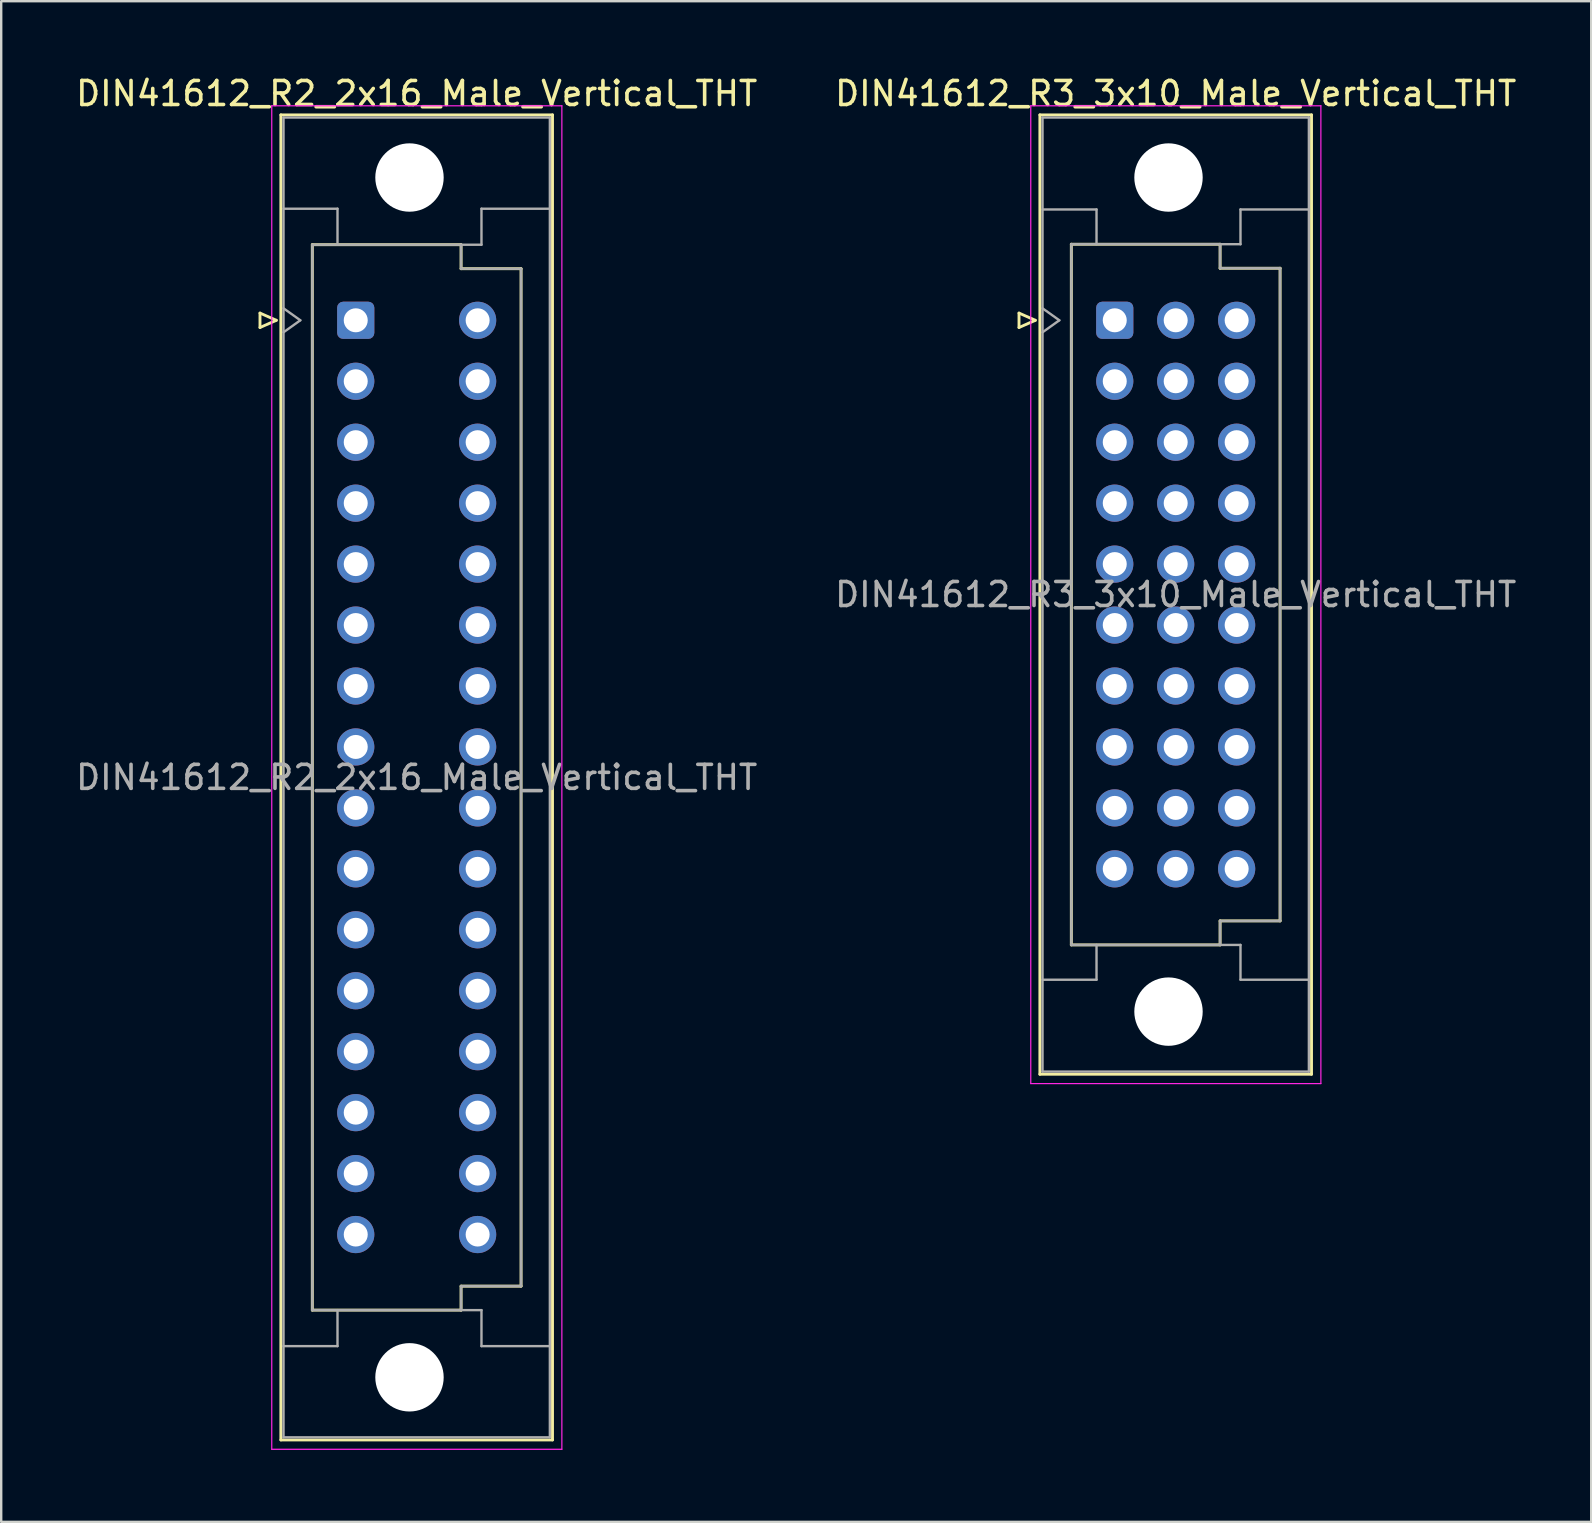
<source format=kicad_pcb>
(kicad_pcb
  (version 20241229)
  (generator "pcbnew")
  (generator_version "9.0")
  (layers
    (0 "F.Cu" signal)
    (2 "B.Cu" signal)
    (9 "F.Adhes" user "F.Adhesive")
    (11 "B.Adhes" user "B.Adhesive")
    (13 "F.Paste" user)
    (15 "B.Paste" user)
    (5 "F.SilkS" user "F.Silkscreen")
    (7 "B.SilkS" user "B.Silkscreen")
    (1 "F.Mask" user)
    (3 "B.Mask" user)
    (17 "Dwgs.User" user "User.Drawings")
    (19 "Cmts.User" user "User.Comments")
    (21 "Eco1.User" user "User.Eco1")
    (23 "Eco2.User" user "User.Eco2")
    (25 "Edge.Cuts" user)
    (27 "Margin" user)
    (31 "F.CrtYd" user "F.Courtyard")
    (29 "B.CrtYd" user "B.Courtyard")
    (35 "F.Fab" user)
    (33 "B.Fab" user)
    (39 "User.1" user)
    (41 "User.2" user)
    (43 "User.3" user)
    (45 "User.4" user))
  (footprint "DIN41612_R3_3x10_Male_Vertical_THT"
    (layer "F.Cu")
    (at 43.406 10.298)
    (property "Reference" "DIN41612_R3_3x10_Male_Vertical_THT" (at 2.54 -9.45 0) (layer "F.SilkS") (effects (font (size 1 1) (thickness 0.15))))
    (attr through_hole)
    (fp_line (start -3.99 -0.3) (end -3.99 0.3) (stroke (width 0.12) (type solid)) (layer "F.SilkS"))
    (fp_line (start -3.99 0.3) (end -3.31 0) (stroke (width 0.12) (type solid)) (layer "F.SilkS"))
    (fp_line (start -3.31 0) (end -3.99 -0.3) (stroke (width 0.12) (type solid)) (layer "F.SilkS"))
    (fp_line (start -3.12 -8.56) (end 8.2 -8.56) (stroke (width 0.12) (type solid)) (layer "F.SilkS"))
    (fp_line (start -3.12 31.42) (end -3.12 -8.56) (stroke (width 0.12) (type solid)) (layer "F.SilkS"))
    (fp_line (start -1.81 -3.17) (end 4.39 -3.17) (stroke (width 0.12) (type solid)) (layer "F.SilkS"))
    (fp_line (start -1.81 26.03) (end -1.81 -3.17) (stroke (width 0.12) (type solid)) (layer "F.SilkS"))
    (fp_line (start 4.39 -3.17) (end 4.39 -2.17) (stroke (width 0.12) (type solid)) (layer "F.SilkS"))
    (fp_line (start 4.39 -2.17) (end 6.89 -2.17) (stroke (width 0.12) (type solid)) (layer "F.SilkS"))
    (fp_line (start 4.39 25.03) (end 4.39 26.03) (stroke (width 0.12) (type solid)) (layer "F.SilkS"))
    (fp_line (start 4.39 26.03) (end -1.81 26.03) (stroke (width 0.12) (type solid)) (layer "F.SilkS"))
    (fp_line (start 6.89 -2.17) (end 6.89 25.03) (stroke (width 0.12) (type solid)) (layer "F.SilkS"))
    (fp_line (start 6.89 25.03) (end 4.39 25.03) (stroke (width 0.12) (type solid)) (layer "F.SilkS"))
    (fp_line (start 8.2 -8.56) (end 8.2 31.42) (stroke (width 0.12) (type solid)) (layer "F.SilkS"))
    (fp_line (start 8.2 31.42) (end -3.12 31.42) (stroke (width 0.12) (type solid)) (layer "F.SilkS"))
    (fp_line (start -3.5 -8.94) (end 8.59 -8.94) (stroke (width 0.05) (type solid)) (layer "F.CrtYd"))
    (fp_line (start -3.5 31.81) (end -3.5 -8.94) (stroke (width 0.05) (type solid)) (layer "F.CrtYd"))
    (fp_line (start 8.59 -8.94) (end 8.59 31.81) (stroke (width 0.05) (type solid)) (layer "F.CrtYd"))
    (fp_line (start 8.59 31.81) (end -3.5 31.81) (stroke (width 0.05) (type solid)) (layer "F.CrtYd"))
    (fp_line (start -3.01 -8.45) (end 8.09 -8.45) (stroke (width 0.1) (type solid)) (layer "F.Fab"))
    (fp_line (start -3.01 -4.62) (end -0.76 -4.62) (stroke (width 0.1) (type solid)) (layer "F.Fab"))
    (fp_line (start -3.01 -0.5) (end -2.31 0) (stroke (width 0.1) (type solid)) (layer "F.Fab"))
    (fp_line (start -3.01 27.48) (end -0.76 27.48) (stroke (width 0.1) (type solid)) (layer "F.Fab"))
    (fp_line (start -3.01 31.31) (end -3.01 -8.45) (stroke (width 0.1) (type solid)) (layer "F.Fab"))
    (fp_line (start -2.31 0) (end -3.01 0.5) (stroke (width 0.1) (type solid)) (layer "F.Fab"))
    (fp_line (start -1.81 -3.17) (end 4.39 -3.17) (stroke (width 0.1) (type solid)) (layer "F.Fab"))
    (fp_line (start -1.81 26.03) (end -1.81 -3.17) (stroke (width 0.1) (type solid)) (layer "F.Fab"))
    (fp_line (start -0.76 -4.62) (end -0.76 -3.17) (stroke (width 0.1) (type solid)) (layer "F.Fab"))
    (fp_line (start -0.76 27.48) (end -0.76 26.03) (stroke (width 0.1) (type solid)) (layer "F.Fab"))
    (fp_line (start 4.39 -3.17) (end 4.39 -2.17) (stroke (width 0.1) (type solid)) (layer "F.Fab"))
    (fp_line (start 4.39 -3.17) (end 5.24 -3.17) (stroke (width 0.1) (type solid)) (layer "F.Fab"))
    (fp_line (start 4.39 -2.17) (end 6.89 -2.17) (stroke (width 0.1) (type solid)) (layer "F.Fab"))
    (fp_line (start 4.39 25.03) (end 4.39 26.03) (stroke (width 0.1) (type solid)) (layer "F.Fab"))
    (fp_line (start 4.39 26.03) (end -1.81 26.03) (stroke (width 0.1) (type solid)) (layer "F.Fab"))
    (fp_line (start 4.39 26.03) (end 5.24 26.03) (stroke (width 0.1) (type solid)) (layer "F.Fab"))
    (fp_line (start 5.24 -4.62) (end 8.09 -4.62) (stroke (width 0.1) (type solid)) (layer "F.Fab"))
    (fp_line (start 5.24 -3.17) (end 5.24 -4.62) (stroke (width 0.1) (type solid)) (layer "F.Fab"))
    (fp_line (start 5.24 26.03) (end 5.24 27.48) (stroke (width 0.1) (type solid)) (layer "F.Fab"))
    (fp_line (start 5.24 27.48) (end 8.09 27.48) (stroke (width 0.1) (type solid)) (layer "F.Fab"))
    (fp_line (start 6.89 -2.17) (end 6.89 25.03) (stroke (width 0.1) (type solid)) (layer "F.Fab"))
    (fp_line (start 6.89 25.03) (end 4.39 25.03) (stroke (width 0.1) (type solid)) (layer "F.Fab"))
    (fp_line (start 8.09 -8.45) (end 8.09 31.31) (stroke (width 0.1) (type solid)) (layer "F.Fab"))
    (fp_line (start 8.09 31.31) (end -3.01 31.31) (stroke (width 0.1) (type solid)) (layer "F.Fab"))
    (fp_text user "${REFERENCE}" (at 2.54 11.43 0) (layer "F.Fab") (effects (font (size 1 1) (thickness 0.15))))
    (pad "" np_thru_hole circle (at 2.24 -5.95) (size 2.85 2.85) (drill 2.85) (layers "*.Cu" "*.Mask"))
    (pad "" np_thru_hole circle (at 2.24 28.81) (size 2.85 2.85) (drill 2.85) (layers "*.Cu" "*.Mask"))
    (pad "a1" thru_hole roundrect (at 0 0) (size 1.55 1.55) (drill 1) (layers "*.Cu" "*.Mask") (roundrect_rratio 0.161))
    (pad "a2" thru_hole circle (at 0 2.54) (size 1.55 1.55) (drill 1) (layers "*.Cu" "*.Mask"))
    (pad "a3" thru_hole circle (at 0 5.08) (size 1.55 1.55) (drill 1) (layers "*.Cu" "*.Mask"))
    (pad "a4" thru_hole circle (at 0 7.62) (size 1.55 1.55) (drill 1) (layers "*.Cu" "*.Mask"))
    (pad "a5" thru_hole circle (at 0 10.16) (size 1.55 1.55) (drill 1) (layers "*.Cu" "*.Mask"))
    (pad "a6" thru_hole circle (at 0 12.7) (size 1.55 1.55) (drill 1) (layers "*.Cu" "*.Mask"))
    (pad "a7" thru_hole circle (at 0 15.24) (size 1.55 1.55) (drill 1) (layers "*.Cu" "*.Mask"))
    (pad "a8" thru_hole circle (at 0 17.78) (size 1.55 1.55) (drill 1) (layers "*.Cu" "*.Mask"))
    (pad "a9" thru_hole circle (at 0 20.32) (size 1.55 1.55) (drill 1) (layers "*.Cu" "*.Mask"))
    (pad "a10" thru_hole circle (at 0 22.86) (size 1.55 1.55) (drill 1) (layers "*.Cu" "*.Mask"))
    (pad "b1" thru_hole circle (at 2.54 0) (size 1.55 1.55) (drill 1) (layers "*.Cu" "*.Mask"))
    (pad "b2" thru_hole circle (at 2.54 2.54) (size 1.55 1.55) (drill 1) (layers "*.Cu" "*.Mask"))
    (pad "b3" thru_hole circle (at 2.54 5.08) (size 1.55 1.55) (drill 1) (layers "*.Cu" "*.Mask"))
    (pad "b4" thru_hole circle (at 2.54 7.62) (size 1.55 1.55) (drill 1) (layers "*.Cu" "*.Mask"))
    (pad "b5" thru_hole circle (at 2.54 10.16) (size 1.55 1.55) (drill 1) (layers "*.Cu" "*.Mask"))
    (pad "b6" thru_hole circle (at 2.54 12.7) (size 1.55 1.55) (drill 1) (layers "*.Cu" "*.Mask"))
    (pad "b7" thru_hole circle (at 2.54 15.24) (size 1.55 1.55) (drill 1) (layers "*.Cu" "*.Mask"))
    (pad "b8" thru_hole circle (at 2.54 17.78) (size 1.55 1.55) (drill 1) (layers "*.Cu" "*.Mask"))
    (pad "b9" thru_hole circle (at 2.54 20.32) (size 1.55 1.55) (drill 1) (layers "*.Cu" "*.Mask"))
    (pad "b10" thru_hole circle (at 2.54 22.86) (size 1.55 1.55) (drill 1) (layers "*.Cu" "*.Mask"))
    (pad "c1" thru_hole circle (at 5.08 0) (size 1.55 1.55) (drill 1) (layers "*.Cu" "*.Mask"))
    (pad "c2" thru_hole circle (at 5.08 2.54) (size 1.55 1.55) (drill 1) (layers "*.Cu" "*.Mask"))
    (pad "c3" thru_hole circle (at 5.08 5.08) (size 1.55 1.55) (drill 1) (layers "*.Cu" "*.Mask"))
    (pad "c4" thru_hole circle (at 5.08 7.62) (size 1.55 1.55) (drill 1) (layers "*.Cu" "*.Mask"))
    (pad "c5" thru_hole circle (at 5.08 10.16) (size 1.55 1.55) (drill 1) (layers "*.Cu" "*.Mask"))
    (pad "c6" thru_hole circle (at 5.08 12.7) (size 1.55 1.55) (drill 1) (layers "*.Cu" "*.Mask"))
    (pad "c7" thru_hole circle (at 5.08 15.24) (size 1.55 1.55) (drill 1) (layers "*.Cu" "*.Mask"))
    (pad "c8" thru_hole circle (at 5.08 17.78) (size 1.55 1.55) (drill 1) (layers "*.Cu" "*.Mask"))
    (pad "c9" thru_hole circle (at 5.08 20.32) (size 1.55 1.55) (drill 1) (layers "*.Cu" "*.Mask"))
    (pad "c10" thru_hole circle (at 5.08 22.86) (size 1.55 1.55) (drill 1) (layers "*.Cu" "*.Mask")))
  (footprint "DIN41612_R2_2x16_Male_Vertical_THT"
    (layer "F.Cu")
    (at 11.775 10.298)
    (property "Reference" "DIN41612_R2_2x16_Male_Vertical_THT" (at 2.54 -9.45 0) (layer "F.SilkS") (effects (font (size 1 1) (thickness 0.15))))
    (attr through_hole)
    (fp_line (start -3.99 -0.3) (end -3.99 0.3) (stroke (width 0.12) (type solid)) (layer "F.SilkS"))
    (fp_line (start -3.99 0.3) (end -3.31 0) (stroke (width 0.12) (type solid)) (layer "F.SilkS"))
    (fp_line (start -3.31 0) (end -3.99 -0.3) (stroke (width 0.12) (type solid)) (layer "F.SilkS"))
    (fp_line (start -3.12 -8.56) (end 8.2 -8.56) (stroke (width 0.12) (type solid)) (layer "F.SilkS"))
    (fp_line (start -3.12 46.66) (end -3.12 -8.56) (stroke (width 0.12) (type solid)) (layer "F.SilkS"))
    (fp_line (start -1.81 -3.15) (end 4.39 -3.15) (stroke (width 0.12) (type solid)) (layer "F.SilkS"))
    (fp_line (start -1.81 41.25) (end -1.81 -3.15) (stroke (width 0.12) (type solid)) (layer "F.SilkS"))
    (fp_line (start 4.39 -3.15) (end 4.39 -2.15) (stroke (width 0.12) (type solid)) (layer "F.SilkS"))
    (fp_line (start 4.39 -2.15) (end 6.89 -2.15) (stroke (width 0.12) (type solid)) (layer "F.SilkS"))
    (fp_line (start 4.39 40.25) (end 4.39 41.25) (stroke (width 0.12) (type solid)) (layer "F.SilkS"))
    (fp_line (start 4.39 41.25) (end -1.81 41.25) (stroke (width 0.12) (type solid)) (layer "F.SilkS"))
    (fp_line (start 6.89 -2.15) (end 6.89 40.25) (stroke (width 0.12) (type solid)) (layer "F.SilkS"))
    (fp_line (start 6.89 40.25) (end 4.39 40.25) (stroke (width 0.12) (type solid)) (layer "F.SilkS"))
    (fp_line (start 8.2 -8.56) (end 8.2 46.66) (stroke (width 0.12) (type solid)) (layer "F.SilkS"))
    (fp_line (start 8.2 46.66) (end -3.12 46.66) (stroke (width 0.12) (type solid)) (layer "F.SilkS"))
    (fp_line (start -3.5 -8.94) (end 8.59 -8.94) (stroke (width 0.05) (type solid)) (layer "F.CrtYd"))
    (fp_line (start -3.5 47.05) (end -3.5 -8.94) (stroke (width 0.05) (type solid)) (layer "F.CrtYd"))
    (fp_line (start 8.59 -8.94) (end 8.59 47.05) (stroke (width 0.05) (type solid)) (layer "F.CrtYd"))
    (fp_line (start 8.59 47.05) (end -3.5 47.05) (stroke (width 0.05) (type solid)) (layer "F.CrtYd"))
    (fp_line (start -3.01 -8.45) (end 8.09 -8.45) (stroke (width 0.1) (type solid)) (layer "F.Fab"))
    (fp_line (start -3.01 -4.65) (end -0.76 -4.65) (stroke (width 0.1) (type solid)) (layer "F.Fab"))
    (fp_line (start -3.01 -0.5) (end -2.31 0) (stroke (width 0.1) (type solid)) (layer "F.Fab"))
    (fp_line (start -3.01 42.75) (end -0.76 42.75) (stroke (width 0.1) (type solid)) (layer "F.Fab"))
    (fp_line (start -3.01 46.55) (end -3.01 -8.45) (stroke (width 0.1) (type solid)) (layer "F.Fab"))
    (fp_line (start -2.31 0) (end -3.01 0.5) (stroke (width 0.1) (type solid)) (layer "F.Fab"))
    (fp_line (start -1.81 -3.15) (end 4.39 -3.15) (stroke (width 0.1) (type solid)) (layer "F.Fab"))
    (fp_line (start -1.81 41.25) (end -1.81 -3.15) (stroke (width 0.1) (type solid)) (layer "F.Fab"))
    (fp_line (start -0.76 -4.65) (end -0.76 -3.15) (stroke (width 0.1) (type solid)) (layer "F.Fab"))
    (fp_line (start -0.76 42.75) (end -0.76 41.25) (stroke (width 0.1) (type solid)) (layer "F.Fab"))
    (fp_line (start 4.39 -3.15) (end 4.39 -2.15) (stroke (width 0.1) (type solid)) (layer "F.Fab"))
    (fp_line (start 4.39 -3.15) (end 5.24 -3.15) (stroke (width 0.1) (type solid)) (layer "F.Fab"))
    (fp_line (start 4.39 -2.15) (end 6.89 -2.15) (stroke (width 0.1) (type solid)) (layer "F.Fab"))
    (fp_line (start 4.39 40.25) (end 4.39 41.25) (stroke (width 0.1) (type solid)) (layer "F.Fab"))
    (fp_line (start 4.39 41.25) (end -1.81 41.25) (stroke (width 0.1) (type solid)) (layer "F.Fab"))
    (fp_line (start 4.39 41.25) (end 5.24 41.25) (stroke (width 0.1) (type solid)) (layer "F.Fab"))
    (fp_line (start 5.24 -4.65) (end 8.09 -4.65) (stroke (width 0.1) (type solid)) (layer "F.Fab"))
    (fp_line (start 5.24 -3.15) (end 5.24 -4.65) (stroke (width 0.1) (type solid)) (layer "F.Fab"))
    (fp_line (start 5.24 41.25) (end 5.24 42.75) (stroke (width 0.1) (type solid)) (layer "F.Fab"))
    (fp_line (start 5.24 42.75) (end 8.09 42.75) (stroke (width 0.1) (type solid)) (layer "F.Fab"))
    (fp_line (start 6.89 -2.15) (end 6.89 40.25) (stroke (width 0.1) (type solid)) (layer "F.Fab"))
    (fp_line (start 6.89 40.25) (end 4.39 40.25) (stroke (width 0.1) (type solid)) (layer "F.Fab"))
    (fp_line (start 8.09 -8.45) (end 8.09 46.55) (stroke (width 0.1) (type solid)) (layer "F.Fab"))
    (fp_line (start 8.09 46.55) (end -3.01 46.55) (stroke (width 0.1) (type solid)) (layer "F.Fab"))
    (fp_text user "${REFERENCE}" (at 2.54 19.05 0) (layer "F.Fab") (effects (font (size 1 1) (thickness 0.15))))
    (pad "" np_thru_hole circle (at 2.24 -5.95) (size 2.85 2.85) (drill 2.85) (layers "*.Cu" "*.Mask"))
    (pad "" np_thru_hole circle (at 2.24 44.05) (size 2.85 2.85) (drill 2.85) (layers "*.Cu" "*.Mask"))
    (pad "a1" thru_hole roundrect (at 0 0) (size 1.55 1.55) (drill 1) (layers "*.Cu" "*.Mask") (roundrect_rratio 0.161))
    (pad "a2" thru_hole circle (at 0 2.54) (size 1.55 1.55) (drill 1) (layers "*.Cu" "*.Mask"))
    (pad "a3" thru_hole circle (at 0 5.08) (size 1.55 1.55) (drill 1) (layers "*.Cu" "*.Mask"))
    (pad "a4" thru_hole circle (at 0 7.62) (size 1.55 1.55) (drill 1) (layers "*.Cu" "*.Mask"))
    (pad "a5" thru_hole circle (at 0 10.16) (size 1.55 1.55) (drill 1) (layers "*.Cu" "*.Mask"))
    (pad "a6" thru_hole circle (at 0 12.7) (size 1.55 1.55) (drill 1) (layers "*.Cu" "*.Mask"))
    (pad "a7" thru_hole circle (at 0 15.24) (size 1.55 1.55) (drill 1) (layers "*.Cu" "*.Mask"))
    (pad "a8" thru_hole circle (at 0 17.78) (size 1.55 1.55) (drill 1) (layers "*.Cu" "*.Mask"))
    (pad "a9" thru_hole circle (at 0 20.32) (size 1.55 1.55) (drill 1) (layers "*.Cu" "*.Mask"))
    (pad "a10" thru_hole circle (at 0 22.86) (size 1.55 1.55) (drill 1) (layers "*.Cu" "*.Mask"))
    (pad "a11" thru_hole circle (at 0 25.4) (size 1.55 1.55) (drill 1) (layers "*.Cu" "*.Mask"))
    (pad "a12" thru_hole circle (at 0 27.94) (size 1.55 1.55) (drill 1) (layers "*.Cu" "*.Mask"))
    (pad "a13" thru_hole circle (at 0 30.48) (size 1.55 1.55) (drill 1) (layers "*.Cu" "*.Mask"))
    (pad "a14" thru_hole circle (at 0 33.02) (size 1.55 1.55) (drill 1) (layers "*.Cu" "*.Mask"))
    (pad "a15" thru_hole circle (at 0 35.56) (size 1.55 1.55) (drill 1) (layers "*.Cu" "*.Mask"))
    (pad "a16" thru_hole circle (at 0 38.1) (size 1.55 1.55) (drill 1) (layers "*.Cu" "*.Mask"))
    (pad "c1" thru_hole circle (at 5.08 0) (size 1.55 1.55) (drill 1) (layers "*.Cu" "*.Mask"))
    (pad "c2" thru_hole circle (at 5.08 2.54) (size 1.55 1.55) (drill 1) (layers "*.Cu" "*.Mask"))
    (pad "c3" thru_hole circle (at 5.08 5.08) (size 1.55 1.55) (drill 1) (layers "*.Cu" "*.Mask"))
    (pad "c4" thru_hole circle (at 5.08 7.62) (size 1.55 1.55) (drill 1) (layers "*.Cu" "*.Mask"))
    (pad "c5" thru_hole circle (at 5.08 10.16) (size 1.55 1.55) (drill 1) (layers "*.Cu" "*.Mask"))
    (pad "c6" thru_hole circle (at 5.08 12.7) (size 1.55 1.55) (drill 1) (layers "*.Cu" "*.Mask"))
    (pad "c7" thru_hole circle (at 5.08 15.24) (size 1.55 1.55) (drill 1) (layers "*.Cu" "*.Mask"))
    (pad "c8" thru_hole circle (at 5.08 17.78) (size 1.55 1.55) (drill 1) (layers "*.Cu" "*.Mask"))
    (pad "c9" thru_hole circle (at 5.08 20.32) (size 1.55 1.55) (drill 1) (layers "*.Cu" "*.Mask"))
    (pad "c10" thru_hole circle (at 5.08 22.86) (size 1.55 1.55) (drill 1) (layers "*.Cu" "*.Mask"))
    (pad "c11" thru_hole circle (at 5.08 25.4) (size 1.55 1.55) (drill 1) (layers "*.Cu" "*.Mask"))
    (pad "c12" thru_hole circle (at 5.08 27.94) (size 1.55 1.55) (drill 1) (layers "*.Cu" "*.Mask"))
    (pad "c13" thru_hole circle (at 5.08 30.48) (size 1.55 1.55) (drill 1) (layers "*.Cu" "*.Mask"))
    (pad "c14" thru_hole circle (at 5.08 33.02) (size 1.55 1.55) (drill 1) (layers "*.Cu" "*.Mask"))
    (pad "c15" thru_hole circle (at 5.08 35.56) (size 1.55 1.55) (drill 1) (layers "*.Cu" "*.Mask"))
    (pad "c16" thru_hole circle (at 5.08 38.1) (size 1.55 1.55) (drill 1) (layers "*.Cu" "*.Mask")))
  (gr_rect
    (start -3 -3)
    (end 63.262 60.373)
    (stroke (width 0.1) (type default))
    (fill no)
    (layer "Edge.Cuts")))
</source>
